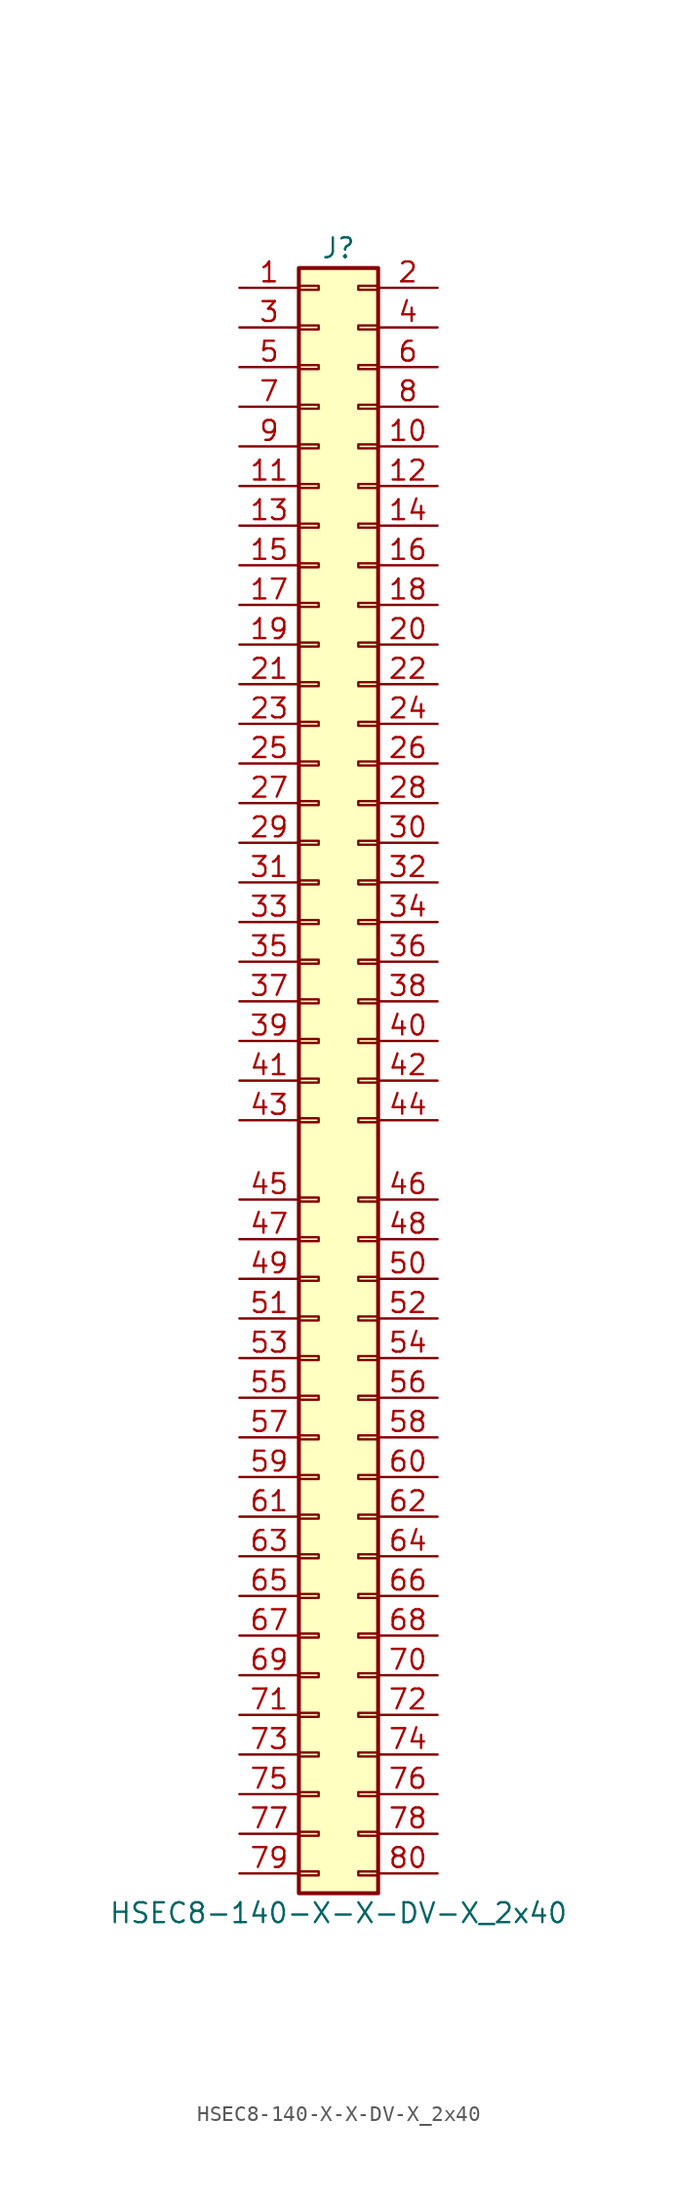
<source format=kicad_sym>
(kicad_symbol_lib
  (version 20231120)
  (generator "kicad_symbol_editor")
  (generator_version "8.0")
  (symbol "HSEC8-140-X-X-DV-X_2x40"
    (pin_names
      (offset 1.016) hide)
    (property "Reference" "J"
      (at 1.27 53.34 0)
      (effects (font (size 1.27 1.27))))
    (property "Value" "HSEC8-140-X-X-DV-X_2x40"
      (at 1.27 -53.34 0)
      (effects (font (size 1.27 1.27))))
    (property "ki_locked" ""
      (at 0 0 0)
      (effects (font (size 1.27 1.27))))
    (symbol "HSEC8-140-X-X-DV-X_2x40_1_1"
      (rectangle (start -1.27 -50.673) (end 0 -50.927) (stroke (width 0.152) (type default)) (fill (type none)))
      (rectangle (start -1.27 -48.133) (end 0 -48.387) (stroke (width 0.152) (type default)) (fill (type none)))
      (rectangle (start -1.27 -45.593) (end 0 -45.847) (stroke (width 0.152) (type default)) (fill (type none)))
      (rectangle (start -1.27 -43.053) (end 0 -43.307) (stroke (width 0.152) (type default)) (fill (type none)))
      (rectangle (start -1.27 -40.513) (end 0 -40.767) (stroke (width 0.152) (type default)) (fill (type none)))
      (rectangle (start -1.27 -37.973) (end 0 -38.227) (stroke (width 0.152) (type default)) (fill (type none)))
      (rectangle (start -1.27 -35.433) (end 0 -35.687) (stroke (width 0.152) (type default)) (fill (type none)))
      (rectangle (start -1.27 -32.893) (end 0 -33.147) (stroke (width 0.152) (type default)) (fill (type none)))
      (rectangle (start -1.27 -30.353) (end 0 -30.607) (stroke (width 0.152) (type default)) (fill (type none)))
      (rectangle (start -1.27 -27.813) (end 0 -28.067) (stroke (width 0.152) (type default)) (fill (type none)))
      (rectangle (start -1.27 -25.273) (end 0 -25.527) (stroke (width 0.152) (type default)) (fill (type none)))
      (rectangle (start -1.27 -22.733) (end 0 -22.987) (stroke (width 0.152) (type default)) (fill (type none)))
      (rectangle (start -1.27 -20.193) (end 0 -20.447) (stroke (width 0.152) (type default)) (fill (type none)))
      (rectangle (start -1.27 -17.653) (end 0 -17.907) (stroke (width 0.152) (type default)) (fill (type none)))
      (rectangle (start -1.27 -15.113) (end 0 -15.367) (stroke (width 0.152) (type default)) (fill (type none)))
      (rectangle (start -1.27 -12.573) (end 0 -12.827) (stroke (width 0.152) (type default)) (fill (type none)))
      (rectangle (start -1.27 -10.033) (end 0 -10.287) (stroke (width 0.152) (type default)) (fill (type none)))
      (rectangle (start -1.27 -7.493) (end 0 -7.747) (stroke (width 0.152) (type default)) (fill (type none)))
      (rectangle (start -1.27 -2.413) (end 0 -2.667) (stroke (width 0.152) (type default)) (fill (type none)))
      (rectangle (start -1.27 0.127) (end 0 -0.127) (stroke (width 0.152) (type default)) (fill (type none)))
      (rectangle (start -1.27 2.667) (end 0 2.413) (stroke (width 0.152) (type default)) (fill (type none)))
      (rectangle (start -1.27 5.207) (end 0 4.953) (stroke (width 0.152) (type default)) (fill (type none)))
      (rectangle (start -1.27 7.747) (end 0 7.493) (stroke (width 0.152) (type default)) (fill (type none)))
      (rectangle (start -1.27 10.287) (end 0 10.033) (stroke (width 0.152) (type default)) (fill (type none)))
      (rectangle (start -1.27 12.827) (end 0 12.573) (stroke (width 0.152) (type default)) (fill (type none)))
      (rectangle (start -1.27 15.367) (end 0 15.113) (stroke (width 0.152) (type default)) (fill (type none)))
      (rectangle (start -1.27 17.907) (end 0 17.653) (stroke (width 0.152) (type default)) (fill (type none)))
      (rectangle (start -1.27 20.447) (end 0 20.193) (stroke (width 0.152) (type default)) (fill (type none)))
      (rectangle (start -1.27 22.987) (end 0 22.733) (stroke (width 0.152) (type default)) (fill (type none)))
      (rectangle (start -1.27 25.527) (end 0 25.273) (stroke (width 0.152) (type default)) (fill (type none)))
      (rectangle (start -1.27 28.067) (end 0 27.813) (stroke (width 0.152) (type default)) (fill (type none)))
      (rectangle (start -1.27 30.607) (end 0 30.353) (stroke (width 0.152) (type default)) (fill (type none)))
      (rectangle (start -1.27 33.147) (end 0 32.893) (stroke (width 0.152) (type default)) (fill (type none)))
      (rectangle (start -1.27 35.687) (end 0 35.433) (stroke (width 0.152) (type default)) (fill (type none)))
      (rectangle (start -1.27 38.227) (end 0 37.973) (stroke (width 0.152) (type default)) (fill (type none)))
      (rectangle (start -1.27 40.767) (end 0 40.513) (stroke (width 0.152) (type default)) (fill (type none)))
      (rectangle (start -1.27 43.307) (end 0 43.053) (stroke (width 0.152) (type default)) (fill (type none)))
      (rectangle (start -1.27 45.847) (end 0 45.593) (stroke (width 0.152) (type default)) (fill (type none)))
      (rectangle (start -1.27 48.387) (end 0 48.133) (stroke (width 0.152) (type default)) (fill (type none)))
      (rectangle (start -1.27 50.927) (end 0 50.673) (stroke (width 0.152) (type default)) (fill (type none)))
      (rectangle (start -1.27 52.07) (end 3.81 -52.07) (stroke (width 0.254) (type default)) (fill (type background)))
      (rectangle (start 3.81 -50.673) (end 2.54 -50.927) (stroke (width 0.152) (type default)) (fill (type none)))
      (rectangle (start 3.81 -48.133) (end 2.54 -48.387) (stroke (width 0.152) (type default)) (fill (type none)))
      (rectangle (start 3.81 -45.593) (end 2.54 -45.847) (stroke (width 0.152) (type default)) (fill (type none)))
      (rectangle (start 3.81 -43.053) (end 2.54 -43.307) (stroke (width 0.152) (type default)) (fill (type none)))
      (rectangle (start 3.81 -40.513) (end 2.54 -40.767) (stroke (width 0.152) (type default)) (fill (type none)))
      (rectangle (start 3.81 -37.973) (end 2.54 -38.227) (stroke (width 0.152) (type default)) (fill (type none)))
      (rectangle (start 3.81 -35.433) (end 2.54 -35.687) (stroke (width 0.152) (type default)) (fill (type none)))
      (rectangle (start 3.81 -32.893) (end 2.54 -33.147) (stroke (width 0.152) (type default)) (fill (type none)))
      (rectangle (start 3.81 -30.353) (end 2.54 -30.607) (stroke (width 0.152) (type default)) (fill (type none)))
      (rectangle (start 3.81 -27.813) (end 2.54 -28.067) (stroke (width 0.152) (type default)) (fill (type none)))
      (rectangle (start 3.81 -25.273) (end 2.54 -25.527) (stroke (width 0.152) (type default)) (fill (type none)))
      (rectangle (start 3.81 -22.733) (end 2.54 -22.987) (stroke (width 0.152) (type default)) (fill (type none)))
      (rectangle (start 3.81 -20.193) (end 2.54 -20.447) (stroke (width 0.152) (type default)) (fill (type none)))
      (rectangle (start 3.81 -17.653) (end 2.54 -17.907) (stroke (width 0.152) (type default)) (fill (type none)))
      (rectangle (start 3.81 -15.113) (end 2.54 -15.367) (stroke (width 0.152) (type default)) (fill (type none)))
      (rectangle (start 3.81 -12.573) (end 2.54 -12.827) (stroke (width 0.152) (type default)) (fill (type none)))
      (rectangle (start 3.81 -10.033) (end 2.54 -10.287) (stroke (width 0.152) (type default)) (fill (type none)))
      (rectangle (start 3.81 -7.493) (end 2.54 -7.747) (stroke (width 0.152) (type default)) (fill (type none)))
      (rectangle (start 3.81 -2.413) (end 2.54 -2.667) (stroke (width 0.152) (type default)) (fill (type none)))
      (rectangle (start 3.81 0.127) (end 2.54 -0.127) (stroke (width 0.152) (type default)) (fill (type none)))
      (rectangle (start 3.81 2.667) (end 2.54 2.413) (stroke (width 0.152) (type default)) (fill (type none)))
      (rectangle (start 3.81 5.207) (end 2.54 4.953) (stroke (width 0.152) (type default)) (fill (type none)))
      (rectangle (start 3.81 7.747) (end 2.54 7.493) (stroke (width 0.152) (type default)) (fill (type none)))
      (rectangle (start 3.81 10.287) (end 2.54 10.033) (stroke (width 0.152) (type default)) (fill (type none)))
      (rectangle (start 3.81 12.827) (end 2.54 12.573) (stroke (width 0.152) (type default)) (fill (type none)))
      (rectangle (start 3.81 15.367) (end 2.54 15.113) (stroke (width 0.152) (type default)) (fill (type none)))
      (rectangle (start 3.81 17.907) (end 2.54 17.653) (stroke (width 0.152) (type default)) (fill (type none)))
      (rectangle (start 3.81 20.447) (end 2.54 20.193) (stroke (width 0.152) (type default)) (fill (type none)))
      (rectangle (start 3.81 22.987) (end 2.54 22.733) (stroke (width 0.152) (type default)) (fill (type none)))
      (rectangle (start 3.81 25.527) (end 2.54 25.273) (stroke (width 0.152) (type default)) (fill (type none)))
      (rectangle (start 3.81 28.067) (end 2.54 27.813) (stroke (width 0.152) (type default)) (fill (type none)))
      (rectangle (start 3.81 30.607) (end 2.54 30.353) (stroke (width 0.152) (type default)) (fill (type none)))
      (rectangle (start 3.81 33.147) (end 2.54 32.893) (stroke (width 0.152) (type default)) (fill (type none)))
      (rectangle (start 3.81 35.687) (end 2.54 35.433) (stroke (width 0.152) (type default)) (fill (type none)))
      (rectangle (start 3.81 38.227) (end 2.54 37.973) (stroke (width 0.152) (type default)) (fill (type none)))
      (rectangle (start 3.81 40.767) (end 2.54 40.513) (stroke (width 0.152) (type default)) (fill (type none)))
      (rectangle (start 3.81 43.307) (end 2.54 43.053) (stroke (width 0.152) (type default)) (fill (type none)))
      (rectangle (start 3.81 45.847) (end 2.54 45.593) (stroke (width 0.152) (type default)) (fill (type none)))
      (rectangle (start 3.81 48.387) (end 2.54 48.133) (stroke (width 0.152) (type default)) (fill (type none)))
      (rectangle (start 3.81 50.927) (end 2.54 50.673) (stroke (width 0.152) (type default)) (fill (type none)))
      (pin passive line (at -5.08 50.8 0) (length 3.81) (name "Pin_1" (effects (font (size 1.27 1.27)))) (number "1" (effects (font (size 1.27 1.27)))))
      (pin passive line (at 7.62 40.64 180) (length 3.81) (name "Pin_10" (effects (font (size 1.27 1.27)))) (number "10" (effects (font (size 1.27 1.27)))))
      (pin passive line (at -5.08 38.1 0) (length 3.81) (name "Pin_11" (effects (font (size 1.27 1.27)))) (number "11" (effects (font (size 1.27 1.27)))))
      (pin passive line (at 7.62 38.1 180) (length 3.81) (name "Pin_12" (effects (font (size 1.27 1.27)))) (number "12" (effects (font (size 1.27 1.27)))))
      (pin passive line (at -5.08 35.56 0) (length 3.81) (name "Pin_13" (effects (font (size 1.27 1.27)))) (number "13" (effects (font (size 1.27 1.27)))))
      (pin passive line (at 7.62 35.56 180) (length 3.81) (name "Pin_14" (effects (font (size 1.27 1.27)))) (number "14" (effects (font (size 1.27 1.27)))))
      (pin passive line (at -5.08 33.02 0) (length 3.81) (name "Pin_15" (effects (font (size 1.27 1.27)))) (number "15" (effects (font (size 1.27 1.27)))))
      (pin passive line (at 7.62 33.02 180) (length 3.81) (name "Pin_16" (effects (font (size 1.27 1.27)))) (number "16" (effects (font (size 1.27 1.27)))))
      (pin passive line (at -5.08 30.48 0) (length 3.81) (name "Pin_17" (effects (font (size 1.27 1.27)))) (number "17" (effects (font (size 1.27 1.27)))))
      (pin passive line (at 7.62 30.48 180) (length 3.81) (name "Pin_18" (effects (font (size 1.27 1.27)))) (number "18" (effects (font (size 1.27 1.27)))))
      (pin passive line (at -5.08 27.94 0) (length 3.81) (name "Pin_19" (effects (font (size 1.27 1.27)))) (number "19" (effects (font (size 1.27 1.27)))))
      (pin passive line (at 7.62 50.8 180) (length 3.81) (name "Pin_2" (effects (font (size 1.27 1.27)))) (number "2" (effects (font (size 1.27 1.27)))))
      (pin passive line (at 7.62 27.94 180) (length 3.81) (name "Pin_20" (effects (font (size 1.27 1.27)))) (number "20" (effects (font (size 1.27 1.27)))))
      (pin passive line (at -5.08 25.4 0) (length 3.81) (name "Pin_21" (effects (font (size 1.27 1.27)))) (number "21" (effects (font (size 1.27 1.27)))))
      (pin passive line (at 7.62 25.4 180) (length 3.81) (name "Pin_22" (effects (font (size 1.27 1.27)))) (number "22" (effects (font (size 1.27 1.27)))))
      (pin passive line (at -5.08 22.86 0) (length 3.81) (name "Pin_23" (effects (font (size 1.27 1.27)))) (number "23" (effects (font (size 1.27 1.27)))))
      (pin passive line (at 7.62 22.86 180) (length 3.81) (name "Pin_24" (effects (font (size 1.27 1.27)))) (number "24" (effects (font (size 1.27 1.27)))))
      (pin passive line (at -5.08 20.32 0) (length 3.81) (name "Pin_25" (effects (font (size 1.27 1.27)))) (number "25" (effects (font (size 1.27 1.27)))))
      (pin passive line (at 7.62 20.32 180) (length 3.81) (name "Pin_26" (effects (font (size 1.27 1.27)))) (number "26" (effects (font (size 1.27 1.27)))))
      (pin passive line (at -5.08 17.78 0) (length 3.81) (name "Pin_27" (effects (font (size 1.27 1.27)))) (number "27" (effects (font (size 1.27 1.27)))))
      (pin passive line (at 7.62 17.78 180) (length 3.81) (name "Pin_28" (effects (font (size 1.27 1.27)))) (number "28" (effects (font (size 1.27 1.27)))))
      (pin passive line (at -5.08 15.24 0) (length 3.81) (name "Pin_29" (effects (font (size 1.27 1.27)))) (number "29" (effects (font (size 1.27 1.27)))))
      (pin passive line (at -5.08 48.26 0) (length 3.81) (name "Pin_3" (effects (font (size 1.27 1.27)))) (number "3" (effects (font (size 1.27 1.27)))))
      (pin passive line (at 7.62 15.24 180) (length 3.81) (name "Pin_30" (effects (font (size 1.27 1.27)))) (number "30" (effects (font (size 1.27 1.27)))))
      (pin passive line (at -5.08 12.7 0) (length 3.81) (name "Pin_31" (effects (font (size 1.27 1.27)))) (number "31" (effects (font (size 1.27 1.27)))))
      (pin passive line (at 7.62 12.7 180) (length 3.81) (name "Pin_32" (effects (font (size 1.27 1.27)))) (number "32" (effects (font (size 1.27 1.27)))))
      (pin passive line (at -5.08 10.16 0) (length 3.81) (name "Pin_33" (effects (font (size 1.27 1.27)))) (number "33" (effects (font (size 1.27 1.27)))))
      (pin passive line (at 7.62 10.16 180) (length 3.81) (name "Pin_34" (effects (font (size 1.27 1.27)))) (number "34" (effects (font (size 1.27 1.27)))))
      (pin passive line (at -5.08 7.62 0) (length 3.81) (name "Pin_35" (effects (font (size 1.27 1.27)))) (number "35" (effects (font (size 1.27 1.27)))))
      (pin passive line (at 7.62 7.62 180) (length 3.81) (name "Pin_36" (effects (font (size 1.27 1.27)))) (number "36" (effects (font (size 1.27 1.27)))))
      (pin passive line (at -5.08 5.08 0) (length 3.81) (name "Pin_37" (effects (font (size 1.27 1.27)))) (number "37" (effects (font (size 1.27 1.27)))))
      (pin passive line (at 7.62 5.08 180) (length 3.81) (name "Pin_38" (effects (font (size 1.27 1.27)))) (number "38" (effects (font (size 1.27 1.27)))))
      (pin passive line (at -5.08 2.54 0) (length 3.81) (name "Pin_39" (effects (font (size 1.27 1.27)))) (number "39" (effects (font (size 1.27 1.27)))))
      (pin passive line (at 7.62 48.26 180) (length 3.81) (name "Pin_4" (effects (font (size 1.27 1.27)))) (number "4" (effects (font (size 1.27 1.27)))))
      (pin passive line (at 7.62 2.54 180) (length 3.81) (name "Pin_40" (effects (font (size 1.27 1.27)))) (number "40" (effects (font (size 1.27 1.27)))))
      (pin passive line (at -5.08 0 0) (length 3.81) (name "Pin_41" (effects (font (size 1.27 1.27)))) (number "41" (effects (font (size 1.27 1.27)))))
      (pin passive line (at 7.62 0 180) (length 3.81) (name "Pin_42" (effects (font (size 1.27 1.27)))) (number "42" (effects (font (size 1.27 1.27)))))
      (pin passive line (at -5.08 -2.54 0) (length 3.81) (name "Pin_43" (effects (font (size 1.27 1.27)))) (number "43" (effects (font (size 1.27 1.27)))))
      (pin passive line (at 7.62 -2.54 180) (length 3.81) (name "Pin_44" (effects (font (size 1.27 1.27)))) (number "44" (effects (font (size 1.27 1.27)))))
      (pin passive line (at -5.08 -7.62 0) (length 3.81) (name "Pin_45" (effects (font (size 1.27 1.27)))) (number "45" (effects (font (size 1.27 1.27)))))
      (pin passive line (at 7.62 -7.62 180) (length 3.81) (name "Pin_46" (effects (font (size 1.27 1.27)))) (number "46" (effects (font (size 1.27 1.27)))))
      (pin passive line (at -5.08 -10.16 0) (length 3.81) (name "Pin_47" (effects (font (size 1.27 1.27)))) (number "47" (effects (font (size 1.27 1.27)))))
      (pin passive line (at 7.62 -10.16 180) (length 3.81) (name "Pin_48" (effects (font (size 1.27 1.27)))) (number "48" (effects (font (size 1.27 1.27)))))
      (pin passive line (at -5.08 -12.7 0) (length 3.81) (name "Pin_49" (effects (font (size 1.27 1.27)))) (number "49" (effects (font (size 1.27 1.27)))))
      (pin passive line (at -5.08 45.72 0) (length 3.81) (name "Pin_5" (effects (font (size 1.27 1.27)))) (number "5" (effects (font (size 1.27 1.27)))))
      (pin passive line (at 7.62 -12.7 180) (length 3.81) (name "Pin_50" (effects (font (size 1.27 1.27)))) (number "50" (effects (font (size 1.27 1.27)))))
      (pin passive line (at -5.08 -15.24 0) (length 3.81) (name "Pin_51" (effects (font (size 1.27 1.27)))) (number "51" (effects (font (size 1.27 1.27)))))
      (pin passive line (at 7.62 -15.24 180) (length 3.81) (name "Pin_52" (effects (font (size 1.27 1.27)))) (number "52" (effects (font (size 1.27 1.27)))))
      (pin passive line (at -5.08 -17.78 0) (length 3.81) (name "Pin_53" (effects (font (size 1.27 1.27)))) (number "53" (effects (font (size 1.27 1.27)))))
      (pin passive line (at 7.62 -17.78 180) (length 3.81) (name "Pin_54" (effects (font (size 1.27 1.27)))) (number "54" (effects (font (size 1.27 1.27)))))
      (pin passive line (at -5.08 -20.32 0) (length 3.81) (name "Pin_55" (effects (font (size 1.27 1.27)))) (number "55" (effects (font (size 1.27 1.27)))))
      (pin passive line (at 7.62 -20.32 180) (length 3.81) (name "Pin_56" (effects (font (size 1.27 1.27)))) (number "56" (effects (font (size 1.27 1.27)))))
      (pin passive line (at -5.08 -22.86 0) (length 3.81) (name "Pin_57" (effects (font (size 1.27 1.27)))) (number "57" (effects (font (size 1.27 1.27)))))
      (pin passive line (at 7.62 -22.86 180) (length 3.81) (name "Pin_58" (effects (font (size 1.27 1.27)))) (number "58" (effects (font (size 1.27 1.27)))))
      (pin passive line (at -5.08 -25.4 0) (length 3.81) (name "Pin_59" (effects (font (size 1.27 1.27)))) (number "59" (effects (font (size 1.27 1.27)))))
      (pin passive line (at 7.62 45.72 180) (length 3.81) (name "Pin_6" (effects (font (size 1.27 1.27)))) (number "6" (effects (font (size 1.27 1.27)))))
      (pin passive line (at 7.62 -25.4 180) (length 3.81) (name "Pin_60" (effects (font (size 1.27 1.27)))) (number "60" (effects (font (size 1.27 1.27)))))
      (pin passive line (at -5.08 -27.94 0) (length 3.81) (name "Pin_61" (effects (font (size 1.27 1.27)))) (number "61" (effects (font (size 1.27 1.27)))))
      (pin passive line (at 7.62 -27.94 180) (length 3.81) (name "Pin_62" (effects (font (size 1.27 1.27)))) (number "62" (effects (font (size 1.27 1.27)))))
      (pin passive line (at -5.08 -30.48 0) (length 3.81) (name "Pin_63" (effects (font (size 1.27 1.27)))) (number "63" (effects (font (size 1.27 1.27)))))
      (pin passive line (at 7.62 -30.48 180) (length 3.81) (name "Pin_64" (effects (font (size 1.27 1.27)))) (number "64" (effects (font (size 1.27 1.27)))))
      (pin passive line (at -5.08 -33.02 0) (length 3.81) (name "Pin_65" (effects (font (size 1.27 1.27)))) (number "65" (effects (font (size 1.27 1.27)))))
      (pin passive line (at 7.62 -33.02 180) (length 3.81) (name "Pin_66" (effects (font (size 1.27 1.27)))) (number "66" (effects (font (size 1.27 1.27)))))
      (pin passive line (at -5.08 -35.56 0) (length 3.81) (name "Pin_67" (effects (font (size 1.27 1.27)))) (number "67" (effects (font (size 1.27 1.27)))))
      (pin passive line (at 7.62 -35.56 180) (length 3.81) (name "Pin_68" (effects (font (size 1.27 1.27)))) (number "68" (effects (font (size 1.27 1.27)))))
      (pin passive line (at -5.08 -38.1 0) (length 3.81) (name "Pin_69" (effects (font (size 1.27 1.27)))) (number "69" (effects (font (size 1.27 1.27)))))
      (pin passive line (at -5.08 43.18 0) (length 3.81) (name "Pin_7" (effects (font (size 1.27 1.27)))) (number "7" (effects (font (size 1.27 1.27)))))
      (pin passive line (at 7.62 -38.1 180) (length 3.81) (name "Pin_70" (effects (font (size 1.27 1.27)))) (number "70" (effects (font (size 1.27 1.27)))))
      (pin passive line (at -5.08 -40.64 0) (length 3.81) (name "Pin_71" (effects (font (size 1.27 1.27)))) (number "71" (effects (font (size 1.27 1.27)))))
      (pin passive line (at 7.62 -40.64 180) (length 3.81) (name "Pin_72" (effects (font (size 1.27 1.27)))) (number "72" (effects (font (size 1.27 1.27)))))
      (pin passive line (at -5.08 -43.18 0) (length 3.81) (name "Pin_73" (effects (font (size 1.27 1.27)))) (number "73" (effects (font (size 1.27 1.27)))))
      (pin passive line (at 7.62 -43.18 180) (length 3.81) (name "Pin_74" (effects (font (size 1.27 1.27)))) (number "74" (effects (font (size 1.27 1.27)))))
      (pin passive line (at -5.08 -45.72 0) (length 3.81) (name "Pin_75" (effects (font (size 1.27 1.27)))) (number "75" (effects (font (size 1.27 1.27)))))
      (pin passive line (at 7.62 -45.72 180) (length 3.81) (name "Pin_76" (effects (font (size 1.27 1.27)))) (number "76" (effects (font (size 1.27 1.27)))))
      (pin passive line (at -5.08 -48.26 0) (length 3.81) (name "Pin_77" (effects (font (size 1.27 1.27)))) (number "77" (effects (font (size 1.27 1.27)))))
      (pin passive line (at 7.62 -48.26 180) (length 3.81) (name "Pin_78" (effects (font (size 1.27 1.27)))) (number "78" (effects (font (size 1.27 1.27)))))
      (pin passive line (at -5.08 -50.8 0) (length 3.81) (name "Pin_79" (effects (font (size 1.27 1.27)))) (number "79" (effects (font (size 1.27 1.27)))))
      (pin passive line (at 7.62 43.18 180) (length 3.81) (name "Pin_8" (effects (font (size 1.27 1.27)))) (number "8" (effects (font (size 1.27 1.27)))))
      (pin passive line (at 7.62 -50.8 180) (length 3.81) (name "Pin_80" (effects (font (size 1.27 1.27)))) (number "80" (effects (font (size 1.27 1.27)))))
      (pin passive line (at -5.08 40.64 0) (length 3.81) (name "Pin_9" (effects (font (size 1.27 1.27)))) (number "9" (effects (font (size 1.27 1.27))))))))
</source>
